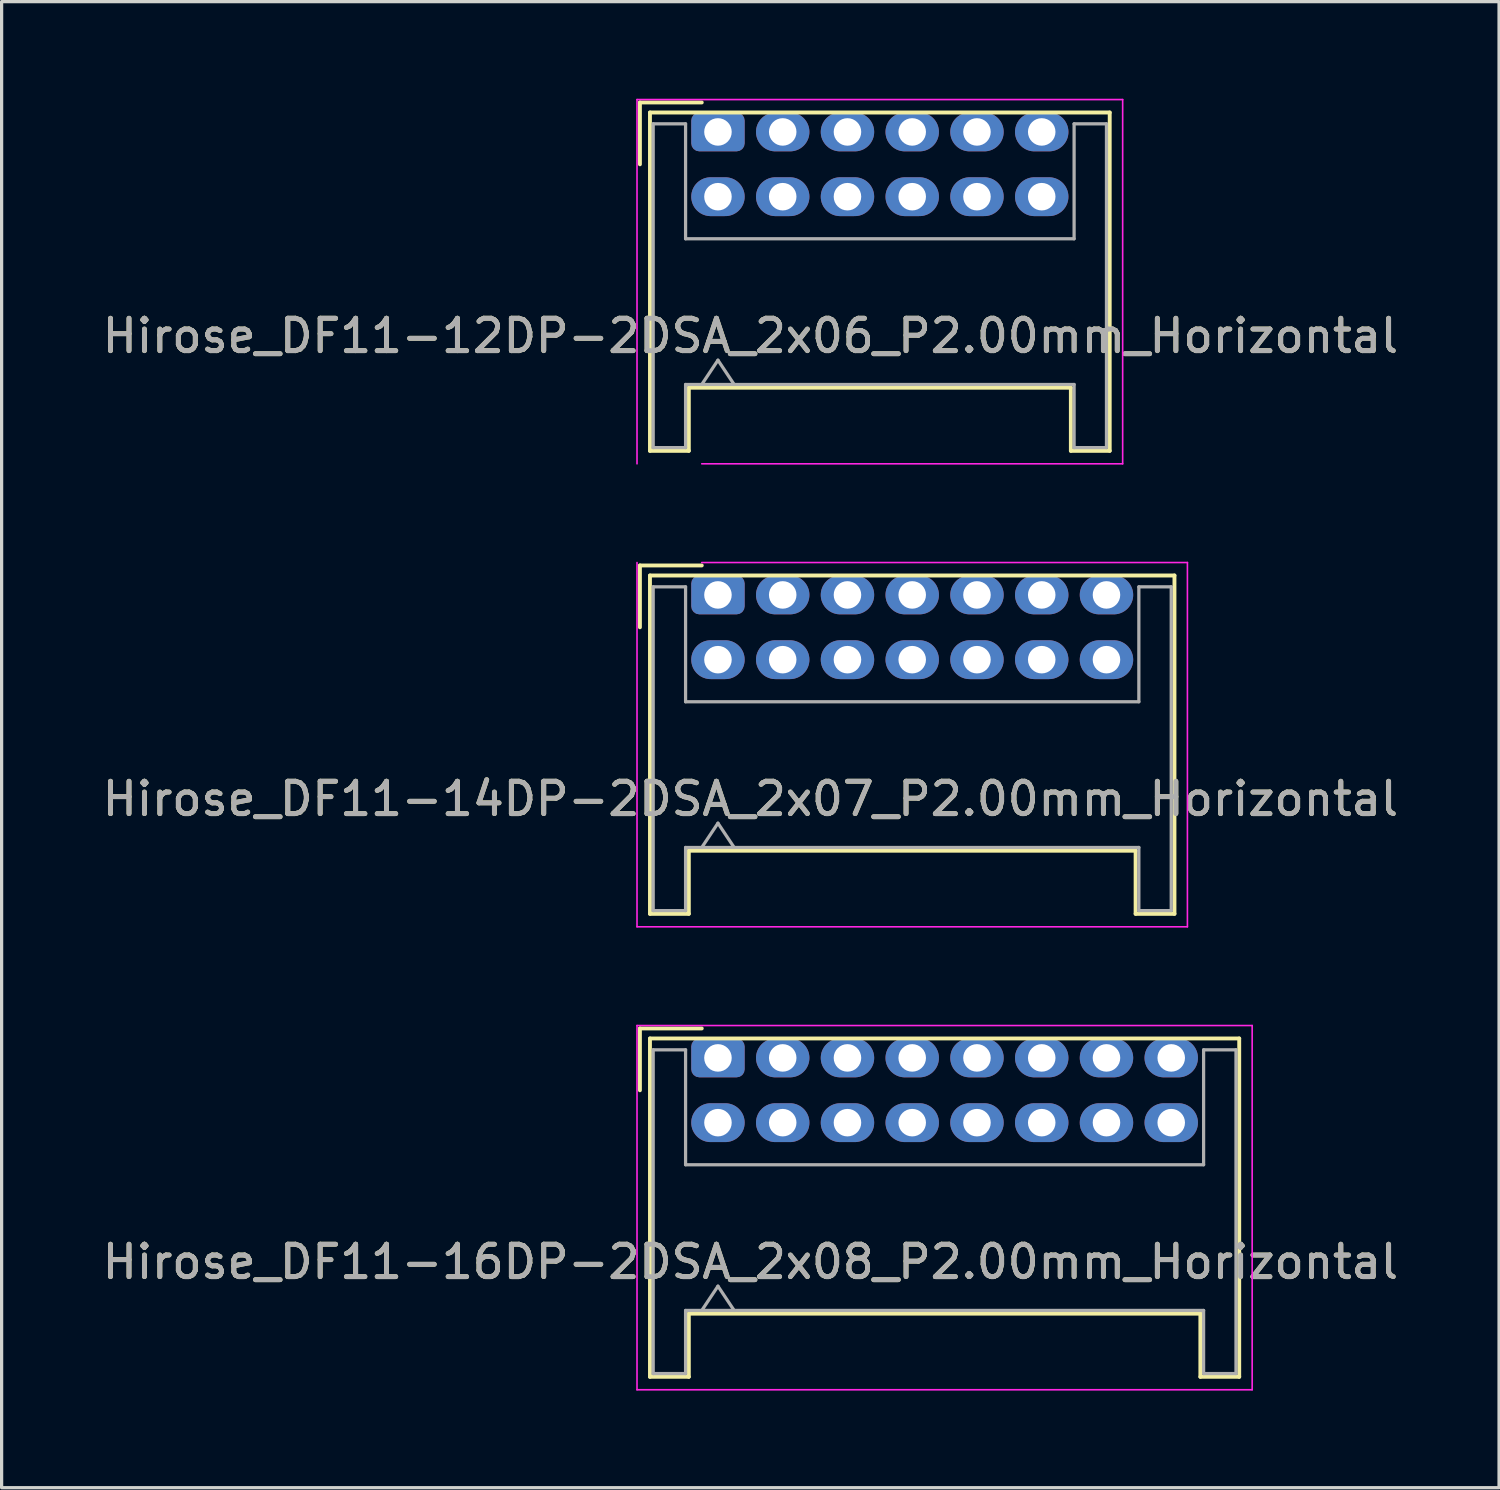
<source format=kicad_pcb>
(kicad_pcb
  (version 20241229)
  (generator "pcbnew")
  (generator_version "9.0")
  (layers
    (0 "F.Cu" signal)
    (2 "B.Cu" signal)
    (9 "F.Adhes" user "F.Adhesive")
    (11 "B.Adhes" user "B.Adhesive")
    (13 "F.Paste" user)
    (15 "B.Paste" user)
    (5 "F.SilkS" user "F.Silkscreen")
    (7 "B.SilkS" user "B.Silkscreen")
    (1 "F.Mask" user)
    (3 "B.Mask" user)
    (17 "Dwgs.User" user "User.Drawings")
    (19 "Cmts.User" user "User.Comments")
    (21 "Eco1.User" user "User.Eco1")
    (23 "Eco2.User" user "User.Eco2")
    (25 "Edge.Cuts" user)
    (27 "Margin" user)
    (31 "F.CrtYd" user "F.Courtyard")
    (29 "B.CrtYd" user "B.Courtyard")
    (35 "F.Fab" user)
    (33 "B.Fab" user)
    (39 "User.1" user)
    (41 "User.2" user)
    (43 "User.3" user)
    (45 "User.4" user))
  (footprint "Hirose_DF11-12DP-2DSA_2x06_P2.00mm_Horizontal"
    (layer "F.Cu")
    (at 19.125 1.025)
    (property "Reference" "Hirose_DF11-12DP-2DSA_2x06_P2.00mm_Horizontal" (at 1 6.3 0) (layer "F.SilkS") (effects (font (size 1 1) (thickness 0.15))))
    (attr through_hole)
    (fp_line (start -2.41 -0.91) (end -0.5 -0.91) (stroke (width 0.12) (type solid)) (layer "F.SilkS"))
    (fp_line (start -2.41 1) (end -2.41 -0.91) (stroke (width 0.12) (type solid)) (layer "F.SilkS"))
    (fp_line (start -2.1 -0.6) (end -2.1 9.85) (stroke (width 0.12) (type solid)) (layer "F.SilkS"))
    (fp_line (start -2.1 9.85) (end -0.9 9.85) (stroke (width 0.12) (type solid)) (layer "F.SilkS"))
    (fp_line (start -0.9 7.9) (end -0.9 9.85) (stroke (width 0.12) (type solid)) (layer "F.SilkS"))
    (fp_line (start -0.9 7.9) (end 10.9 7.9) (stroke (width 0.12) (type solid)) (layer "F.SilkS"))
    (fp_line (start 10.9 9.85) (end 10.9 7.9) (stroke (width 0.12) (type solid)) (layer "F.SilkS"))
    (fp_line (start 10.9 9.85) (end 12.1 9.85) (stroke (width 0.12) (type solid)) (layer "F.SilkS"))
    (fp_line (start 12.1 -0.6) (end -2.1 -0.6) (stroke (width 0.12) (type solid)) (layer "F.SilkS"))
    (fp_line (start 12.1 9.85) (end 12.1 -0.6) (stroke (width 0.12) (type solid)) (layer "F.SilkS"))
    (fp_line (start -2.5 -1) (end -2.5 10.25) (stroke (width 0.05) (type solid)) (layer "F.CrtYd"))
    (fp_line (start -0.5 10.25) (end 12.5 10.25) (stroke (width 0.05) (type solid)) (layer "F.CrtYd"))
    (fp_line (start 12.5 -1) (end -2.5 -1) (stroke (width 0.05) (type solid)) (layer "F.CrtYd"))
    (fp_line (start 12.5 10.25) (end 12.5 -1) (stroke (width 0.05) (type solid)) (layer "F.CrtYd"))
    (fp_line (start -2 -0.25) (end -2 9.75) (stroke (width 0.1) (type solid)) (layer "F.Fab"))
    (fp_line (start -2 9.75) (end -1 9.75) (stroke (width 0.1) (type solid)) (layer "F.Fab"))
    (fp_line (start -1 -0.25) (end -2 -0.25) (stroke (width 0.1) (type solid)) (layer "F.Fab"))
    (fp_line (start -1 3.3) (end -1 -0.25) (stroke (width 0.1) (type solid)) (layer "F.Fab"))
    (fp_line (start -1 3.3) (end 11 3.3) (stroke (width 0.1) (type solid)) (layer "F.Fab"))
    (fp_line (start -1 7.8) (end 11 7.8) (stroke (width 0.1) (type solid)) (layer "F.Fab"))
    (fp_line (start -1 9.75) (end -1 7.8) (stroke (width 0.1) (type solid)) (layer "F.Fab"))
    (fp_line (start -0.5 7.8) (end 0 7.05) (stroke (width 0.1) (type solid)) (layer "F.Fab"))
    (fp_line (start 0 7.05) (end 0.5 7.8) (stroke (width 0.1) (type solid)) (layer "F.Fab"))
    (fp_line (start 11 3.3) (end 11 -0.25) (stroke (width 0.1) (type solid)) (layer "F.Fab"))
    (fp_line (start 11 7.8) (end 11 9.75) (stroke (width 0.1) (type solid)) (layer "F.Fab"))
    (fp_line (start 11 9.75) (end 12 9.75) (stroke (width 0.1) (type solid)) (layer "F.Fab"))
    (fp_line (start 12 -0.25) (end 11 -0.25) (stroke (width 0.1) (type solid)) (layer "F.Fab"))
    (fp_line (start 12 9.75) (end 12 -0.25) (stroke (width 0.1) (type solid)) (layer "F.Fab"))
    (fp_text user "${REFERENCE}" (at 1 6.3 0) (layer "F.Fab") (effects (font (size 1 1) (thickness 0.15))))
    (pad "1" thru_hole roundrect (at 0 0 90) (size 1.2 1.65) (drill 0.85) (layers "*.Cu" "*.Mask") (roundrect_rratio 0.208))
    (pad "2" thru_hole oval (at 0 2 90) (size 1.2 1.65) (drill 0.85) (layers "*.Cu" "*.Mask"))
    (pad "3" thru_hole oval (at 2 0 90) (size 1.2 1.65) (drill 0.85) (layers "*.Cu" "*.Mask"))
    (pad "4" thru_hole oval (at 2 2 90) (size 1.2 1.65) (drill 0.85) (layers "*.Cu" "*.Mask"))
    (pad "5" thru_hole oval (at 4 0 90) (size 1.2 1.65) (drill 0.85) (layers "*.Cu" "*.Mask"))
    (pad "6" thru_hole oval (at 4 2 90) (size 1.2 1.65) (drill 0.85) (layers "*.Cu" "*.Mask"))
    (pad "7" thru_hole oval (at 6 0 90) (size 1.2 1.65) (drill 0.85) (layers "*.Cu" "*.Mask"))
    (pad "8" thru_hole oval (at 6 2 90) (size 1.2 1.65) (drill 0.85) (layers "*.Cu" "*.Mask"))
    (pad "9" thru_hole oval (at 8 0 90) (size 1.2 1.65) (drill 0.85) (layers "*.Cu" "*.Mask"))
    (pad "10" thru_hole oval (at 8 2 90) (size 1.2 1.65) (drill 0.85) (layers "*.Cu" "*.Mask"))
    (pad "11" thru_hole oval (at 10 0 90) (size 1.2 1.65) (drill 0.85) (layers "*.Cu" "*.Mask"))
    (pad "12" thru_hole oval (at 10 2 90) (size 1.2 1.65) (drill 0.85) (layers "*.Cu" "*.Mask")))
  (footprint "Hirose_DF11-14DP-2DSA_2x07_P2.00mm_Horizontal"
    (layer "F.Cu")
    (at 19.125 15.325)
    (property "Reference" "Hirose_DF11-14DP-2DSA_2x07_P2.00mm_Horizontal" (at 1 6.3 0) (layer "F.SilkS") (effects (font (size 1 1) (thickness 0.15))))
    (attr through_hole)
    (fp_line (start -2.41 -0.91) (end -0.5 -0.91) (stroke (width 0.12) (type solid)) (layer "F.SilkS"))
    (fp_line (start -2.41 1) (end -2.41 -0.91) (stroke (width 0.12) (type solid)) (layer "F.SilkS"))
    (fp_line (start -2.1 -0.6) (end -2.1 9.85) (stroke (width 0.12) (type solid)) (layer "F.SilkS"))
    (fp_line (start -2.1 9.85) (end -0.9 9.85) (stroke (width 0.12) (type solid)) (layer "F.SilkS"))
    (fp_line (start -0.9 7.9) (end -0.9 9.85) (stroke (width 0.12) (type solid)) (layer "F.SilkS"))
    (fp_line (start -0.9 7.9) (end 12.9 7.9) (stroke (width 0.12) (type solid)) (layer "F.SilkS"))
    (fp_line (start 12.9 9.85) (end 12.9 7.9) (stroke (width 0.12) (type solid)) (layer "F.SilkS"))
    (fp_line (start 12.9 9.85) (end 14.1 9.85) (stroke (width 0.12) (type solid)) (layer "F.SilkS"))
    (fp_line (start 14.1 -0.6) (end -2.1 -0.6) (stroke (width 0.12) (type solid)) (layer "F.SilkS"))
    (fp_line (start 14.1 9.85) (end 14.1 -0.6) (stroke (width 0.12) (type solid)) (layer "F.SilkS"))
    (fp_line (start -2.5 -1) (end -2.5 10.25) (stroke (width 0.05) (type solid)) (layer "F.CrtYd"))
    (fp_line (start -2.5 10.25) (end 14.5 10.25) (stroke (width 0.05) (type solid)) (layer "F.CrtYd"))
    (fp_line (start 14.5 -1) (end -0.5 -1) (stroke (width 0.05) (type solid)) (layer "F.CrtYd"))
    (fp_line (start 14.5 10.25) (end 14.5 -1) (stroke (width 0.05) (type solid)) (layer "F.CrtYd"))
    (fp_line (start -2 -0.25) (end -2 9.75) (stroke (width 0.1) (type solid)) (layer "F.Fab"))
    (fp_line (start -2 9.75) (end -1 9.75) (stroke (width 0.1) (type solid)) (layer "F.Fab"))
    (fp_line (start -1 -0.25) (end -2 -0.25) (stroke (width 0.1) (type solid)) (layer "F.Fab"))
    (fp_line (start -1 3.3) (end -1 -0.25) (stroke (width 0.1) (type solid)) (layer "F.Fab"))
    (fp_line (start -1 3.3) (end 13 3.3) (stroke (width 0.1) (type solid)) (layer "F.Fab"))
    (fp_line (start -1 7.8) (end 13 7.8) (stroke (width 0.1) (type solid)) (layer "F.Fab"))
    (fp_line (start -1 9.75) (end -1 7.8) (stroke (width 0.1) (type solid)) (layer "F.Fab"))
    (fp_line (start -0.5 7.8) (end 0 7.05) (stroke (width 0.1) (type solid)) (layer "F.Fab"))
    (fp_line (start 0 7.05) (end 0.5 7.8) (stroke (width 0.1) (type solid)) (layer "F.Fab"))
    (fp_line (start 13 3.3) (end 13 -0.25) (stroke (width 0.1) (type solid)) (layer "F.Fab"))
    (fp_line (start 13 7.8) (end 13 9.75) (stroke (width 0.1) (type solid)) (layer "F.Fab"))
    (fp_line (start 13 9.75) (end 14 9.75) (stroke (width 0.1) (type solid)) (layer "F.Fab"))
    (fp_line (start 14 -0.25) (end 13 -0.25) (stroke (width 0.1) (type solid)) (layer "F.Fab"))
    (fp_line (start 14 9.75) (end 14 -0.25) (stroke (width 0.1) (type solid)) (layer "F.Fab"))
    (fp_text user "${REFERENCE}" (at 1 6.3 0) (layer "F.Fab") (effects (font (size 1 1) (thickness 0.15))))
    (pad "1" thru_hole roundrect (at 0 0 90) (size 1.2 1.65) (drill 0.85) (layers "*.Cu" "*.Mask") (roundrect_rratio 0.208))
    (pad "2" thru_hole oval (at 0 2 90) (size 1.2 1.65) (drill 0.85) (layers "*.Cu" "*.Mask"))
    (pad "3" thru_hole oval (at 2 0 90) (size 1.2 1.65) (drill 0.85) (layers "*.Cu" "*.Mask"))
    (pad "4" thru_hole oval (at 2 2 90) (size 1.2 1.65) (drill 0.85) (layers "*.Cu" "*.Mask"))
    (pad "5" thru_hole oval (at 4 0 90) (size 1.2 1.65) (drill 0.85) (layers "*.Cu" "*.Mask"))
    (pad "6" thru_hole oval (at 4 2 90) (size 1.2 1.65) (drill 0.85) (layers "*.Cu" "*.Mask"))
    (pad "7" thru_hole oval (at 6 0 90) (size 1.2 1.65) (drill 0.85) (layers "*.Cu" "*.Mask"))
    (pad "8" thru_hole oval (at 6 2 90) (size 1.2 1.65) (drill 0.85) (layers "*.Cu" "*.Mask"))
    (pad "9" thru_hole oval (at 8 0 90) (size 1.2 1.65) (drill 0.85) (layers "*.Cu" "*.Mask"))
    (pad "10" thru_hole oval (at 8 2 90) (size 1.2 1.65) (drill 0.85) (layers "*.Cu" "*.Mask"))
    (pad "11" thru_hole oval (at 10 0 90) (size 1.2 1.65) (drill 0.85) (layers "*.Cu" "*.Mask"))
    (pad "12" thru_hole oval (at 10 2 90) (size 1.2 1.65) (drill 0.85) (layers "*.Cu" "*.Mask"))
    (pad "13" thru_hole oval (at 12 0 90) (size 1.2 1.65) (drill 0.85) (layers "*.Cu" "*.Mask"))
    (pad "14" thru_hole oval (at 12 2 90) (size 1.2 1.65) (drill 0.85) (layers "*.Cu" "*.Mask")))
  (footprint "Hirose_DF11-16DP-2DSA_2x08_P2.00mm_Horizontal"
    (layer "F.Cu")
    (at 19.125 29.625)
    (property "Reference" "Hirose_DF11-16DP-2DSA_2x08_P2.00mm_Horizontal" (at 1 6.3 0) (layer "F.SilkS") (effects (font (size 1 1) (thickness 0.15))))
    (attr through_hole)
    (fp_line (start -2.41 -0.91) (end -0.5 -0.91) (stroke (width 0.12) (type solid)) (layer "F.SilkS"))
    (fp_line (start -2.41 1) (end -2.41 -0.91) (stroke (width 0.12) (type solid)) (layer "F.SilkS"))
    (fp_line (start -2.1 -0.6) (end -2.1 9.85) (stroke (width 0.12) (type solid)) (layer "F.SilkS"))
    (fp_line (start -2.1 9.85) (end -0.9 9.85) (stroke (width 0.12) (type solid)) (layer "F.SilkS"))
    (fp_line (start -0.9 7.9) (end -0.9 9.85) (stroke (width 0.12) (type solid)) (layer "F.SilkS"))
    (fp_line (start -0.9 7.9) (end 14.9 7.9) (stroke (width 0.12) (type solid)) (layer "F.SilkS"))
    (fp_line (start 14.9 9.85) (end 14.9 7.9) (stroke (width 0.12) (type solid)) (layer "F.SilkS"))
    (fp_line (start 14.9 9.85) (end 16.1 9.85) (stroke (width 0.12) (type solid)) (layer "F.SilkS"))
    (fp_line (start 16.1 -0.6) (end -2.1 -0.6) (stroke (width 0.12) (type solid)) (layer "F.SilkS"))
    (fp_line (start 16.1 9.85) (end 16.1 -0.6) (stroke (width 0.12) (type solid)) (layer "F.SilkS"))
    (fp_line (start -2.5 -1) (end -2.5 10.25) (stroke (width 0.05) (type solid)) (layer "F.CrtYd"))
    (fp_line (start -2.5 10.25) (end 16.5 10.25) (stroke (width 0.05) (type solid)) (layer "F.CrtYd"))
    (fp_line (start 16.5 -1) (end -2.5 -1) (stroke (width 0.05) (type solid)) (layer "F.CrtYd"))
    (fp_line (start 16.5 10.25) (end 16.5 -1) (stroke (width 0.05) (type solid)) (layer "F.CrtYd"))
    (fp_line (start -2 -0.25) (end -2 9.75) (stroke (width 0.1) (type solid)) (layer "F.Fab"))
    (fp_line (start -2 9.75) (end -1 9.75) (stroke (width 0.1) (type solid)) (layer "F.Fab"))
    (fp_line (start -1 -0.25) (end -2 -0.25) (stroke (width 0.1) (type solid)) (layer "F.Fab"))
    (fp_line (start -1 3.3) (end -1 -0.25) (stroke (width 0.1) (type solid)) (layer "F.Fab"))
    (fp_line (start -1 3.3) (end 15 3.3) (stroke (width 0.1) (type solid)) (layer "F.Fab"))
    (fp_line (start -1 7.8) (end 15 7.8) (stroke (width 0.1) (type solid)) (layer "F.Fab"))
    (fp_line (start -1 9.75) (end -1 7.8) (stroke (width 0.1) (type solid)) (layer "F.Fab"))
    (fp_line (start -0.5 7.8) (end 0 7.05) (stroke (width 0.1) (type solid)) (layer "F.Fab"))
    (fp_line (start 0 7.05) (end 0.5 7.8) (stroke (width 0.1) (type solid)) (layer "F.Fab"))
    (fp_line (start 15 3.3) (end 15 -0.25) (stroke (width 0.1) (type solid)) (layer "F.Fab"))
    (fp_line (start 15 7.8) (end 15 9.75) (stroke (width 0.1) (type solid)) (layer "F.Fab"))
    (fp_line (start 15 9.75) (end 16 9.75) (stroke (width 0.1) (type solid)) (layer "F.Fab"))
    (fp_line (start 16 -0.25) (end 15 -0.25) (stroke (width 0.1) (type solid)) (layer "F.Fab"))
    (fp_line (start 16 9.75) (end 16 -0.25) (stroke (width 0.1) (type solid)) (layer "F.Fab"))
    (fp_text user "${REFERENCE}" (at 1 6.3 0) (layer "F.Fab") (effects (font (size 1 1) (thickness 0.15))))
    (pad "1" thru_hole roundrect (at 0 0 90) (size 1.2 1.65) (drill 0.85) (layers "*.Cu" "*.Mask") (roundrect_rratio 0.208))
    (pad "2" thru_hole oval (at 0 2 90) (size 1.2 1.65) (drill 0.85) (layers "*.Cu" "*.Mask"))
    (pad "3" thru_hole oval (at 2 0 90) (size 1.2 1.65) (drill 0.85) (layers "*.Cu" "*.Mask"))
    (pad "4" thru_hole oval (at 2 2 90) (size 1.2 1.65) (drill 0.85) (layers "*.Cu" "*.Mask"))
    (pad "5" thru_hole oval (at 4 0 90) (size 1.2 1.65) (drill 0.85) (layers "*.Cu" "*.Mask"))
    (pad "6" thru_hole oval (at 4 2 90) (size 1.2 1.65) (drill 0.85) (layers "*.Cu" "*.Mask"))
    (pad "7" thru_hole oval (at 6 0 90) (size 1.2 1.65) (drill 0.85) (layers "*.Cu" "*.Mask"))
    (pad "8" thru_hole oval (at 6 2 90) (size 1.2 1.65) (drill 0.85) (layers "*.Cu" "*.Mask"))
    (pad "9" thru_hole oval (at 8 0 90) (size 1.2 1.65) (drill 0.85) (layers "*.Cu" "*.Mask"))
    (pad "10" thru_hole oval (at 8 2 90) (size 1.2 1.65) (drill 0.85) (layers "*.Cu" "*.Mask"))
    (pad "11" thru_hole oval (at 10 0 90) (size 1.2 1.65) (drill 0.85) (layers "*.Cu" "*.Mask"))
    (pad "12" thru_hole oval (at 10 2 90) (size 1.2 1.65) (drill 0.85) (layers "*.Cu" "*.Mask"))
    (pad "13" thru_hole oval (at 12 0 90) (size 1.2 1.65) (drill 0.85) (layers "*.Cu" "*.Mask"))
    (pad "14" thru_hole oval (at 12 2 90) (size 1.2 1.65) (drill 0.85) (layers "*.Cu" "*.Mask"))
    (pad "15" thru_hole oval (at 14 0 90) (size 1.2 1.65) (drill 0.85) (layers "*.Cu" "*.Mask"))
    (pad "16" thru_hole oval (at 14 2 90) (size 1.2 1.65) (drill 0.85) (layers "*.Cu" "*.Mask")))
  (gr_rect
    (start -3 -3)
    (end 43.25 42.9)
    (stroke (width 0.1) (type default))
    (fill no)
    (layer "Edge.Cuts")))
</source>
